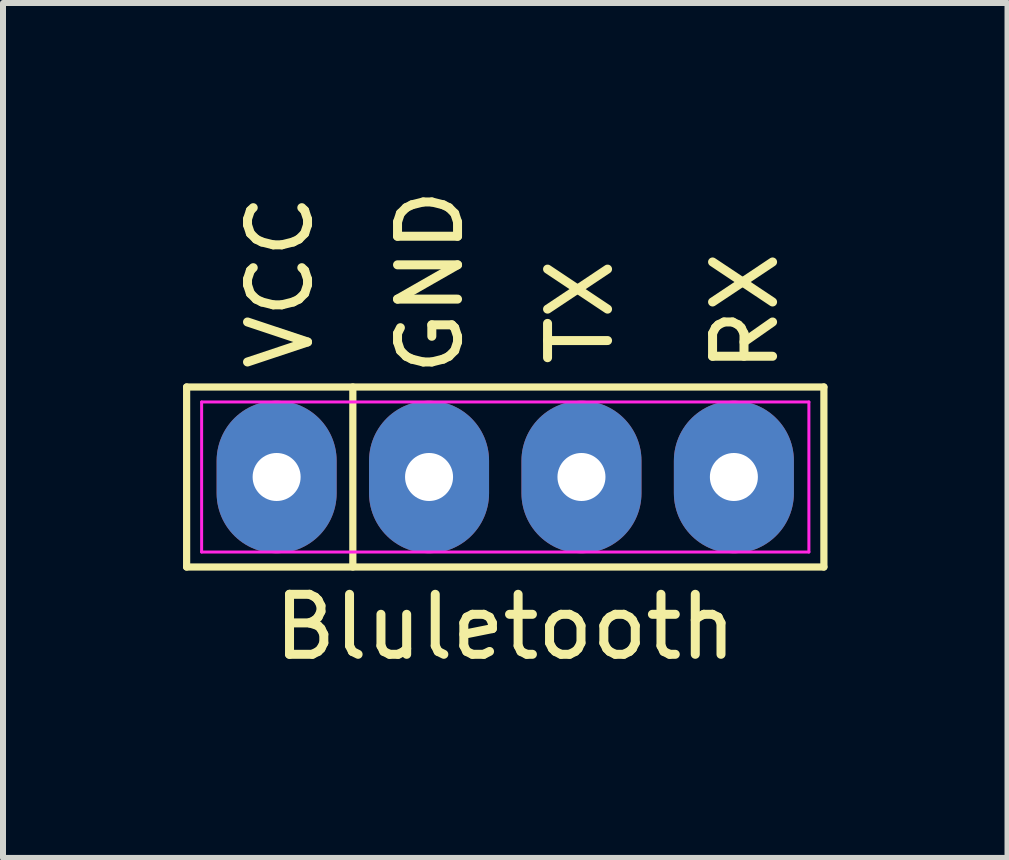
<source format=kicad_pcb>
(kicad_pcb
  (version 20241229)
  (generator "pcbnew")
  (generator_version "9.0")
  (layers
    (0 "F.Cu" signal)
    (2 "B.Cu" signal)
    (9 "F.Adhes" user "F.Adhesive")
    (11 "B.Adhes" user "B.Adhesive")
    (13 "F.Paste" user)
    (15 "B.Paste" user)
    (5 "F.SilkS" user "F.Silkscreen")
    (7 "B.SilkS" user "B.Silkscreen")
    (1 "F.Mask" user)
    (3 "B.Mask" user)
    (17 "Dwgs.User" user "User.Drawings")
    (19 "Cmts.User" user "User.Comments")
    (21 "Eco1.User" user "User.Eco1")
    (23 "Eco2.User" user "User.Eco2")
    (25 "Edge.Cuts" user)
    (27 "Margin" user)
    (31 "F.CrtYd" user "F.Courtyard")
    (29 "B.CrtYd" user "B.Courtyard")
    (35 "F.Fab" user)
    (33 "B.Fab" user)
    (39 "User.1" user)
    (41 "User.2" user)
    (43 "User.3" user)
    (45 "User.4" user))
  (footprint "Bluletooth"
    (layer "F.Cu")
    (at 5.37 4.899)
    (property "Reference" "Bluletooth" (at 0 2.5 0) (layer "F.SilkS") (effects (font (size 1 1) (thickness 0.15))))
    (fp_line (start -5.31 -1.5) (end 5.31 -1.5) (stroke (width 0.12) (type solid)) (layer "F.SilkS"))
    (fp_line (start -5.31 1.5) (end -5.31 -1.5) (stroke (width 0.12) (type solid)) (layer "F.SilkS"))
    (fp_line (start -2.54 -1.5) (end -2.54 1.5) (stroke (width 0.12) (type solid)) (layer "F.SilkS"))
    (fp_line (start 5.31 -1.5) (end 5.31 1.5) (stroke (width 0.12) (type solid)) (layer "F.SilkS"))
    (fp_line (start 5.31 1.5) (end -5.31 1.5) (stroke (width 0.12) (type solid)) (layer "F.SilkS"))
    (fp_line (start -5.06 -1.25) (end 5.06 -1.25) (stroke (width 0.05) (type solid)) (layer "F.CrtYd"))
    (fp_line (start -5.06 1.25) (end -5.06 -1.25) (stroke (width 0.05) (type solid)) (layer "F.CrtYd"))
    (fp_line (start 5.06 -1.25) (end 5.06 1.25) (stroke (width 0.05) (type solid)) (layer "F.CrtYd"))
    (fp_line (start 5.06 1.25) (end -5.06 1.25) (stroke (width 0.05) (type solid)) (layer "F.CrtYd"))
    (fp_text user "TX" (at 1.25 -2.75 90) (unlocked yes) (layer "F.SilkS") (effects (font (size 1 1) (thickness 0.15))))
    (fp_text user "GND" (at -1.25 -3.25 90) (unlocked yes) (layer "F.SilkS") (effects (font (size 1 1) (thickness 0.15))))
    (fp_text user "VCC" (at -3.75 -3.25 90) (unlocked yes) (layer "F.SilkS") (effects (font (size 1 1) (thickness 0.15))))
    (fp_text user "RX" (at 4 -2.75 90) (unlocked yes) (layer "F.SilkS") (effects (font (size 1 1) (thickness 0.15))))
    (pad "1" thru_hole oval (at -3.81 0) (size 2 2.54) (drill 0.8) (layers "*.Cu" "*.Mask"))
    (pad "2" thru_hole oval (at -1.27 0) (size 2 2.54) (drill 0.8) (layers "*.Cu" "*.Mask"))
    (pad "3" thru_hole oval (at 1.27 0) (size 2 2.54) (drill 0.8) (layers "*.Cu" "*.Mask"))
    (pad "4" thru_hole oval (at 3.81 0) (size 2 2.54) (drill 0.8) (layers "*.Cu" "*.Mask")))
  (gr_rect
    (start -3 -3)
    (end 13.74 11.247)
    (stroke (width 0.1) (type default))
    (fill no)
    (layer "Edge.Cuts")))
</source>
